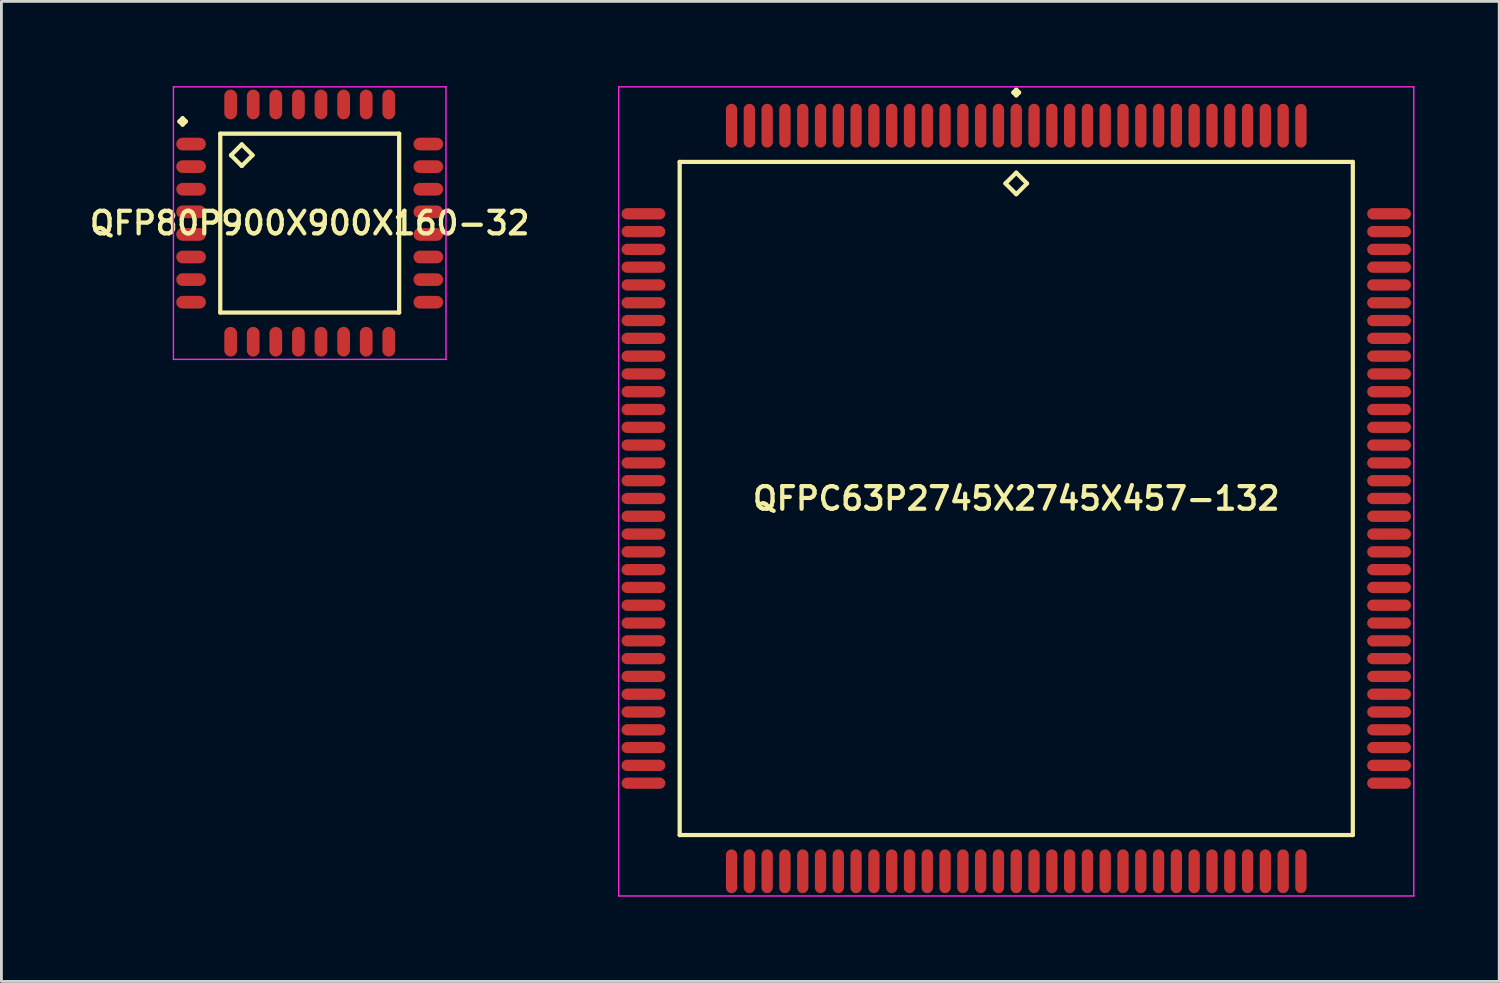
<source format=kicad_pcb>
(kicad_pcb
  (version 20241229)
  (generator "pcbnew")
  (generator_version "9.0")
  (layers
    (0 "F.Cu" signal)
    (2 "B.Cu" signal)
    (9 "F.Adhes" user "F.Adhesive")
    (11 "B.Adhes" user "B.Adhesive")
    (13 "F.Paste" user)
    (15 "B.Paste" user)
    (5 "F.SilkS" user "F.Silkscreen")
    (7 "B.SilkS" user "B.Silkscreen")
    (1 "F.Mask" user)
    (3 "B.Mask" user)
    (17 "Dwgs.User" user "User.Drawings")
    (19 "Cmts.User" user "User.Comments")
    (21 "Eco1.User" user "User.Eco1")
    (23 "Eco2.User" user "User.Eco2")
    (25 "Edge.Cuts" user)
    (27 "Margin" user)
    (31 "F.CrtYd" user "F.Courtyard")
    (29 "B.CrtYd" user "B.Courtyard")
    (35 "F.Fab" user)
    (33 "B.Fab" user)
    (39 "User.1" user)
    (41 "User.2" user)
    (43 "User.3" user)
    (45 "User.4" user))
  (footprint "QFP80P900X900X160-32"
    (layer "F.Cu")
    (at 7.916 4.85)
    (property "Reference" "QFP80P900X900X160-32" (at 0 0 0) (layer "F.SilkS") (effects (font (size 0.8 0.8) (thickness 0.15))))
    (attr smd)
    (fp_line (start -4.612 -3.6) (end -4.5 -3.712) (stroke (width 0.15) (type solid)) (layer "F.SilkS"))
    (fp_line (start -4.5 -3.712) (end -4.388 -3.6) (stroke (width 0.15) (type solid)) (layer "F.SilkS"))
    (fp_line (start -4.5 -3.487) (end -4.612 -3.6) (stroke (width 0.15) (type solid)) (layer "F.SilkS"))
    (fp_line (start -4.388 -3.6) (end -4.5 -3.487) (stroke (width 0.15) (type solid)) (layer "F.SilkS"))
    (fp_line (start -3.167 -3.167) (end -3.167 3.167) (stroke (width 0.15) (type solid)) (layer "F.SilkS"))
    (fp_line (start -3.167 3.167) (end 3.167 3.167) (stroke (width 0.15) (type solid)) (layer "F.SilkS"))
    (fp_line (start -2.786 -2.405) (end -2.405 -2.786) (stroke (width 0.15) (type solid)) (layer "F.SilkS"))
    (fp_line (start -2.405 -2.786) (end -2.024 -2.405) (stroke (width 0.15) (type solid)) (layer "F.SilkS"))
    (fp_line (start -2.405 -2.024) (end -2.786 -2.405) (stroke (width 0.15) (type solid)) (layer "F.SilkS"))
    (fp_line (start -2.024 -2.405) (end -2.405 -2.024) (stroke (width 0.15) (type solid)) (layer "F.SilkS"))
    (fp_line (start 3.167 -3.167) (end -3.167 -3.167) (stroke (width 0.15) (type solid)) (layer "F.SilkS"))
    (fp_line (start 3.167 3.167) (end 3.167 -3.167) (stroke (width 0.15) (type solid)) (layer "F.SilkS"))
    (fp_line (start -4.825 -4.825) (end 4.825 -4.825) (stroke (width 0.05) (type solid)) (layer "F.CrtYd"))
    (fp_line (start -4.825 4.825) (end -4.825 -4.825) (stroke (width 0.05) (type solid)) (layer "F.CrtYd"))
    (fp_line (start 4.825 -4.825) (end 4.825 4.825) (stroke (width 0.05) (type solid)) (layer "F.CrtYd"))
    (fp_line (start 4.825 4.825) (end -4.825 4.825) (stroke (width 0.05) (type solid)) (layer "F.CrtYd"))
    (pad "1" smd oval (at -4.2 -2.8) (size 1.05 0.45) (layers "F.Cu" "F.Mask" "F.Paste"))
    (pad "2" smd oval (at -4.2 -2) (size 1.05 0.45) (layers "F.Cu" "F.Mask" "F.Paste"))
    (pad "3" smd oval (at -4.2 -1.2) (size 1.05 0.45) (layers "F.Cu" "F.Mask" "F.Paste"))
    (pad "4" smd oval (at -4.2 -0.4) (size 1.05 0.45) (layers "F.Cu" "F.Mask" "F.Paste"))
    (pad "5" smd oval (at -4.2 0.4) (size 1.05 0.45) (layers "F.Cu" "F.Mask" "F.Paste"))
    (pad "6" smd oval (at -4.2 1.2) (size 1.05 0.45) (layers "F.Cu" "F.Mask" "F.Paste"))
    (pad "7" smd oval (at -4.2 2) (size 1.05 0.45) (layers "F.Cu" "F.Mask" "F.Paste"))
    (pad "8" smd oval (at -4.2 2.8) (size 1.05 0.45) (layers "F.Cu" "F.Mask" "F.Paste"))
    (pad "9" smd oval (at -2.8 4.2) (size 0.45 1.05) (layers "F.Cu" "F.Mask" "F.Paste"))
    (pad "10" smd oval (at -2 4.2) (size 0.45 1.05) (layers "F.Cu" "F.Mask" "F.Paste"))
    (pad "11" smd oval (at -1.2 4.2) (size 0.45 1.05) (layers "F.Cu" "F.Mask" "F.Paste"))
    (pad "12" smd oval (at -0.4 4.2) (size 0.45 1.05) (layers "F.Cu" "F.Mask" "F.Paste"))
    (pad "13" smd oval (at 0.4 4.2) (size 0.45 1.05) (layers "F.Cu" "F.Mask" "F.Paste"))
    (pad "14" smd oval (at 1.2 4.2) (size 0.45 1.05) (layers "F.Cu" "F.Mask" "F.Paste"))
    (pad "15" smd oval (at 2 4.2) (size 0.45 1.05) (layers "F.Cu" "F.Mask" "F.Paste"))
    (pad "16" smd oval (at 2.8 4.2) (size 0.45 1.05) (layers "F.Cu" "F.Mask" "F.Paste"))
    (pad "17" smd oval (at 4.2 2.8) (size 1.05 0.45) (layers "F.Cu" "F.Mask" "F.Paste"))
    (pad "18" smd oval (at 4.2 2) (size 1.05 0.45) (layers "F.Cu" "F.Mask" "F.Paste"))
    (pad "19" smd oval (at 4.2 1.2) (size 1.05 0.45) (layers "F.Cu" "F.Mask" "F.Paste"))
    (pad "20" smd oval (at 4.2 0.4) (size 1.05 0.45) (layers "F.Cu" "F.Mask" "F.Paste"))
    (pad "21" smd oval (at 4.2 -0.4) (size 1.05 0.45) (layers "F.Cu" "F.Mask" "F.Paste"))
    (pad "22" smd oval (at 4.2 -1.2) (size 1.05 0.45) (layers "F.Cu" "F.Mask" "F.Paste"))
    (pad "23" smd oval (at 4.2 -2) (size 1.05 0.45) (layers "F.Cu" "F.Mask" "F.Paste"))
    (pad "24" smd oval (at 4.2 -2.8) (size 1.05 0.45) (layers "F.Cu" "F.Mask" "F.Paste"))
    (pad "25" smd oval (at 2.8 -4.2) (size 0.45 1.05) (layers "F.Cu" "F.Mask" "F.Paste"))
    (pad "26" smd oval (at 2 -4.2) (size 0.45 1.05) (layers "F.Cu" "F.Mask" "F.Paste"))
    (pad "27" smd oval (at 1.2 -4.2) (size 0.45 1.05) (layers "F.Cu" "F.Mask" "F.Paste"))
    (pad "28" smd oval (at 0.4 -4.2) (size 0.45 1.05) (layers "F.Cu" "F.Mask" "F.Paste"))
    (pad "29" smd oval (at -0.4 -4.2) (size 0.45 1.05) (layers "F.Cu" "F.Mask" "F.Paste"))
    (pad "30" smd oval (at -1.2 -4.2) (size 0.45 1.05) (layers "F.Cu" "F.Mask" "F.Paste"))
    (pad "31" smd oval (at -2 -4.2) (size 0.45 1.05) (layers "F.Cu" "F.Mask" "F.Paste"))
    (pad "32" smd oval (at -2.8 -4.2) (size 0.45 1.05) (layers "F.Cu" "F.Mask" "F.Paste")))
  (footprint "QFPC63P2745X2745X457-132"
    (layer "F.Cu")
    (at 32.933 14.6)
    (property "Reference" "QFPC63P2745X2745X457-132" (at 0 0 0) (layer "F.SilkS") (effects (font (size 0.8 0.8) (thickness 0.15))))
    (attr smd)
    (fp_line (start -11.917 -11.917) (end -11.917 11.917) (stroke (width 0.15) (type solid)) (layer "F.SilkS"))
    (fp_line (start -11.917 11.917) (end 11.917 11.917) (stroke (width 0.15) (type solid)) (layer "F.SilkS"))
    (fp_line (start -0.381 -11.155) (end 0 -11.536) (stroke (width 0.15) (type solid)) (layer "F.SilkS"))
    (fp_line (start -0.1 -14.375) (end 0 -14.475) (stroke (width 0.15) (type solid)) (layer "F.SilkS"))
    (fp_line (start 0 -14.475) (end 0.1 -14.375) (stroke (width 0.15) (type solid)) (layer "F.SilkS"))
    (fp_line (start 0 -14.275) (end -0.1 -14.375) (stroke (width 0.15) (type solid)) (layer "F.SilkS"))
    (fp_line (start 0 -11.536) (end 0.381 -11.155) (stroke (width 0.15) (type solid)) (layer "F.SilkS"))
    (fp_line (start 0 -10.774) (end -0.381 -11.155) (stroke (width 0.15) (type solid)) (layer "F.SilkS"))
    (fp_line (start 0.1 -14.375) (end 0 -14.275) (stroke (width 0.15) (type solid)) (layer "F.SilkS"))
    (fp_line (start 0.381 -11.155) (end 0 -10.774) (stroke (width 0.15) (type solid)) (layer "F.SilkS"))
    (fp_line (start 11.917 -11.917) (end -11.917 -11.917) (stroke (width 0.15) (type solid)) (layer "F.SilkS"))
    (fp_line (start 11.917 11.917) (end 11.917 -11.917) (stroke (width 0.15) (type solid)) (layer "F.SilkS"))
    (fp_line (start -14.075 -14.575) (end 14.075 -14.575) (stroke (width 0.05) (type solid)) (layer "F.CrtYd"))
    (fp_line (start -14.075 14.075) (end -14.075 -14.575) (stroke (width 0.05) (type solid)) (layer "F.CrtYd"))
    (fp_line (start 14.075 -14.575) (end 14.075 14.075) (stroke (width 0.05) (type solid)) (layer "F.CrtYd"))
    (fp_line (start 14.075 14.075) (end -14.075 14.075) (stroke (width 0.05) (type solid)) (layer "F.CrtYd"))
    (pad "1" smd oval (at 0 -13.2) (size 0.4 1.55) (layers "F.Cu" "F.Mask" "F.Paste"))
    (pad "2" smd oval (at -0.63 -13.2) (size 0.4 1.55) (layers "F.Cu" "F.Mask" "F.Paste"))
    (pad "3" smd oval (at -1.26 -13.2) (size 0.4 1.55) (layers "F.Cu" "F.Mask" "F.Paste"))
    (pad "4" smd oval (at -1.89 -13.2) (size 0.4 1.55) (layers "F.Cu" "F.Mask" "F.Paste"))
    (pad "5" smd oval (at -2.52 -13.2) (size 0.4 1.55) (layers "F.Cu" "F.Mask" "F.Paste"))
    (pad "6" smd oval (at -3.15 -13.2) (size 0.4 1.55) (layers "F.Cu" "F.Mask" "F.Paste"))
    (pad "7" smd oval (at -3.78 -13.2) (size 0.4 1.55) (layers "F.Cu" "F.Mask" "F.Paste"))
    (pad "8" smd oval (at -4.41 -13.2) (size 0.4 1.55) (layers "F.Cu" "F.Mask" "F.Paste"))
    (pad "9" smd oval (at -5.04 -13.2) (size 0.4 1.55) (layers "F.Cu" "F.Mask" "F.Paste"))
    (pad "10" smd oval (at -5.67 -13.2) (size 0.4 1.55) (layers "F.Cu" "F.Mask" "F.Paste"))
    (pad "11" smd oval (at -6.3 -13.2) (size 0.4 1.55) (layers "F.Cu" "F.Mask" "F.Paste"))
    (pad "12" smd oval (at -6.93 -13.2) (size 0.4 1.55) (layers "F.Cu" "F.Mask" "F.Paste"))
    (pad "13" smd oval (at -7.56 -13.2) (size 0.4 1.55) (layers "F.Cu" "F.Mask" "F.Paste"))
    (pad "14" smd oval (at -8.19 -13.2) (size 0.4 1.55) (layers "F.Cu" "F.Mask" "F.Paste"))
    (pad "15" smd oval (at -8.82 -13.2) (size 0.4 1.55) (layers "F.Cu" "F.Mask" "F.Paste"))
    (pad "16" smd oval (at -9.45 -13.2) (size 0.4 1.55) (layers "F.Cu" "F.Mask" "F.Paste"))
    (pad "17" smd oval (at -10.08 -13.2) (size 0.4 1.55) (layers "F.Cu" "F.Mask" "F.Paste"))
    (pad "18" smd oval (at -13.2 -10.08) (size 1.55 0.4) (layers "F.Cu" "F.Mask" "F.Paste"))
    (pad "19" smd oval (at -13.2 -9.45) (size 1.55 0.4) (layers "F.Cu" "F.Mask" "F.Paste"))
    (pad "20" smd oval (at -13.2 -8.82) (size 1.55 0.4) (layers "F.Cu" "F.Mask" "F.Paste"))
    (pad "21" smd oval (at -13.2 -8.19) (size 1.55 0.4) (layers "F.Cu" "F.Mask" "F.Paste"))
    (pad "22" smd oval (at -13.2 -7.56) (size 1.55 0.4) (layers "F.Cu" "F.Mask" "F.Paste"))
    (pad "23" smd oval (at -13.2 -6.93) (size 1.55 0.4) (layers "F.Cu" "F.Mask" "F.Paste"))
    (pad "24" smd oval (at -13.2 -6.3) (size 1.55 0.4) (layers "F.Cu" "F.Mask" "F.Paste"))
    (pad "25" smd oval (at -13.2 -5.67) (size 1.55 0.4) (layers "F.Cu" "F.Mask" "F.Paste"))
    (pad "26" smd oval (at -13.2 -5.04) (size 1.55 0.4) (layers "F.Cu" "F.Mask" "F.Paste"))
    (pad "27" smd oval (at -13.2 -4.41) (size 1.55 0.4) (layers "F.Cu" "F.Mask" "F.Paste"))
    (pad "28" smd oval (at -13.2 -3.78) (size 1.55 0.4) (layers "F.Cu" "F.Mask" "F.Paste"))
    (pad "29" smd oval (at -13.2 -3.15) (size 1.55 0.4) (layers "F.Cu" "F.Mask" "F.Paste"))
    (pad "30" smd oval (at -13.2 -2.52) (size 1.55 0.4) (layers "F.Cu" "F.Mask" "F.Paste"))
    (pad "31" smd oval (at -13.2 -1.89) (size 1.55 0.4) (layers "F.Cu" "F.Mask" "F.Paste"))
    (pad "32" smd oval (at -13.2 -1.26) (size 1.55 0.4) (layers "F.Cu" "F.Mask" "F.Paste"))
    (pad "33" smd oval (at -13.2 -0.63) (size 1.55 0.4) (layers "F.Cu" "F.Mask" "F.Paste"))
    (pad "34" smd oval (at -13.2 0) (size 1.55 0.4) (layers "F.Cu" "F.Mask" "F.Paste"))
    (pad "35" smd oval (at -13.2 0.63) (size 1.55 0.4) (layers "F.Cu" "F.Mask" "F.Paste"))
    (pad "36" smd oval (at -13.2 1.26) (size 1.55 0.4) (layers "F.Cu" "F.Mask" "F.Paste"))
    (pad "37" smd oval (at -13.2 1.89) (size 1.55 0.4) (layers "F.Cu" "F.Mask" "F.Paste"))
    (pad "38" smd oval (at -13.2 2.52) (size 1.55 0.4) (layers "F.Cu" "F.Mask" "F.Paste"))
    (pad "39" smd oval (at -13.2 3.15) (size 1.55 0.4) (layers "F.Cu" "F.Mask" "F.Paste"))
    (pad "40" smd oval (at -13.2 3.78) (size 1.55 0.4) (layers "F.Cu" "F.Mask" "F.Paste"))
    (pad "41" smd oval (at -13.2 4.41) (size 1.55 0.4) (layers "F.Cu" "F.Mask" "F.Paste"))
    (pad "42" smd oval (at -13.2 5.04) (size 1.55 0.4) (layers "F.Cu" "F.Mask" "F.Paste"))
    (pad "43" smd oval (at -13.2 5.67) (size 1.55 0.4) (layers "F.Cu" "F.Mask" "F.Paste"))
    (pad "44" smd oval (at -13.2 6.3) (size 1.55 0.4) (layers "F.Cu" "F.Mask" "F.Paste"))
    (pad "45" smd oval (at -13.2 6.93) (size 1.55 0.4) (layers "F.Cu" "F.Mask" "F.Paste"))
    (pad "46" smd oval (at -13.2 7.56) (size 1.55 0.4) (layers "F.Cu" "F.Mask" "F.Paste"))
    (pad "47" smd oval (at -13.2 8.19) (size 1.55 0.4) (layers "F.Cu" "F.Mask" "F.Paste"))
    (pad "48" smd oval (at -13.2 8.82) (size 1.55 0.4) (layers "F.Cu" "F.Mask" "F.Paste"))
    (pad "49" smd oval (at -13.2 9.45) (size 1.55 0.4) (layers "F.Cu" "F.Mask" "F.Paste"))
    (pad "50" smd oval (at -13.2 10.08) (size 1.55 0.4) (layers "F.Cu" "F.Mask" "F.Paste"))
    (pad "51" smd oval (at -10.08 13.2) (size 0.4 1.55) (layers "F.Cu" "F.Mask" "F.Paste"))
    (pad "52" smd oval (at -9.45 13.2) (size 0.4 1.55) (layers "F.Cu" "F.Mask" "F.Paste"))
    (pad "53" smd oval (at -8.82 13.2) (size 0.4 1.55) (layers "F.Cu" "F.Mask" "F.Paste"))
    (pad "54" smd oval (at -8.19 13.2) (size 0.4 1.55) (layers "F.Cu" "F.Mask" "F.Paste"))
    (pad "55" smd oval (at -7.56 13.2) (size 0.4 1.55) (layers "F.Cu" "F.Mask" "F.Paste"))
    (pad "56" smd oval (at -6.93 13.2) (size 0.4 1.55) (layers "F.Cu" "F.Mask" "F.Paste"))
    (pad "57" smd oval (at -6.3 13.2) (size 0.4 1.55) (layers "F.Cu" "F.Mask" "F.Paste"))
    (pad "58" smd oval (at -5.67 13.2) (size 0.4 1.55) (layers "F.Cu" "F.Mask" "F.Paste"))
    (pad "59" smd oval (at -5.04 13.2) (size 0.4 1.55) (layers "F.Cu" "F.Mask" "F.Paste"))
    (pad "60" smd oval (at -4.41 13.2) (size 0.4 1.55) (layers "F.Cu" "F.Mask" "F.Paste"))
    (pad "61" smd oval (at -3.78 13.2) (size 0.4 1.55) (layers "F.Cu" "F.Mask" "F.Paste"))
    (pad "62" smd oval (at -3.15 13.2) (size 0.4 1.55) (layers "F.Cu" "F.Mask" "F.Paste"))
    (pad "63" smd oval (at -2.52 13.2) (size 0.4 1.55) (layers "F.Cu" "F.Mask" "F.Paste"))
    (pad "64" smd oval (at -1.89 13.2) (size 0.4 1.55) (layers "F.Cu" "F.Mask" "F.Paste"))
    (pad "65" smd oval (at -1.26 13.2) (size 0.4 1.55) (layers "F.Cu" "F.Mask" "F.Paste"))
    (pad "66" smd oval (at -0.63 13.2) (size 0.4 1.55) (layers "F.Cu" "F.Mask" "F.Paste"))
    (pad "67" smd oval (at 0 13.2) (size 0.4 1.55) (layers "F.Cu" "F.Mask" "F.Paste"))
    (pad "68" smd oval (at 0.63 13.2) (size 0.4 1.55) (layers "F.Cu" "F.Mask" "F.Paste"))
    (pad "69" smd oval (at 1.26 13.2) (size 0.4 1.55) (layers "F.Cu" "F.Mask" "F.Paste"))
    (pad "70" smd oval (at 1.89 13.2) (size 0.4 1.55) (layers "F.Cu" "F.Mask" "F.Paste"))
    (pad "71" smd oval (at 2.52 13.2) (size 0.4 1.55) (layers "F.Cu" "F.Mask" "F.Paste"))
    (pad "72" smd oval (at 3.15 13.2) (size 0.4 1.55) (layers "F.Cu" "F.Mask" "F.Paste"))
    (pad "73" smd oval (at 3.78 13.2) (size 0.4 1.55) (layers "F.Cu" "F.Mask" "F.Paste"))
    (pad "74" smd oval (at 4.41 13.2) (size 0.4 1.55) (layers "F.Cu" "F.Mask" "F.Paste"))
    (pad "75" smd oval (at 5.04 13.2) (size 0.4 1.55) (layers "F.Cu" "F.Mask" "F.Paste"))
    (pad "76" smd oval (at 5.67 13.2) (size 0.4 1.55) (layers "F.Cu" "F.Mask" "F.Paste"))
    (pad "77" smd oval (at 6.3 13.2) (size 0.4 1.55) (layers "F.Cu" "F.Mask" "F.Paste"))
    (pad "78" smd oval (at 6.93 13.2) (size 0.4 1.55) (layers "F.Cu" "F.Mask" "F.Paste"))
    (pad "79" smd oval (at 7.56 13.2) (size 0.4 1.55) (layers "F.Cu" "F.Mask" "F.Paste"))
    (pad "80" smd oval (at 8.19 13.2) (size 0.4 1.55) (layers "F.Cu" "F.Mask" "F.Paste"))
    (pad "81" smd oval (at 8.82 13.2) (size 0.4 1.55) (layers "F.Cu" "F.Mask" "F.Paste"))
    (pad "82" smd oval (at 9.45 13.2) (size 0.4 1.55) (layers "F.Cu" "F.Mask" "F.Paste"))
    (pad "83" smd oval (at 10.08 13.2) (size 0.4 1.55) (layers "F.Cu" "F.Mask" "F.Paste"))
    (pad "84" smd oval (at 13.2 10.08) (size 1.55 0.4) (layers "F.Cu" "F.Mask" "F.Paste"))
    (pad "85" smd oval (at 13.2 9.45) (size 1.55 0.4) (layers "F.Cu" "F.Mask" "F.Paste"))
    (pad "86" smd oval (at 13.2 8.82) (size 1.55 0.4) (layers "F.Cu" "F.Mask" "F.Paste"))
    (pad "87" smd oval (at 13.2 8.19) (size 1.55 0.4) (layers "F.Cu" "F.Mask" "F.Paste"))
    (pad "88" smd oval (at 13.2 7.56) (size 1.55 0.4) (layers "F.Cu" "F.Mask" "F.Paste"))
    (pad "89" smd oval (at 13.2 6.93) (size 1.55 0.4) (layers "F.Cu" "F.Mask" "F.Paste"))
    (pad "90" smd oval (at 13.2 6.3) (size 1.55 0.4) (layers "F.Cu" "F.Mask" "F.Paste"))
    (pad "91" smd oval (at 13.2 5.67) (size 1.55 0.4) (layers "F.Cu" "F.Mask" "F.Paste"))
    (pad "92" smd oval (at 13.2 5.04) (size 1.55 0.4) (layers "F.Cu" "F.Mask" "F.Paste"))
    (pad "93" smd oval (at 13.2 4.41) (size 1.55 0.4) (layers "F.Cu" "F.Mask" "F.Paste"))
    (pad "94" smd oval (at 13.2 3.78) (size 1.55 0.4) (layers "F.Cu" "F.Mask" "F.Paste"))
    (pad "95" smd oval (at 13.2 3.15) (size 1.55 0.4) (layers "F.Cu" "F.Mask" "F.Paste"))
    (pad "96" smd oval (at 13.2 2.52) (size 1.55 0.4) (layers "F.Cu" "F.Mask" "F.Paste"))
    (pad "97" smd oval (at 13.2 1.89) (size 1.55 0.4) (layers "F.Cu" "F.Mask" "F.Paste"))
    (pad "98" smd oval (at 13.2 1.26) (size 1.55 0.4) (layers "F.Cu" "F.Mask" "F.Paste"))
    (pad "99" smd oval (at 13.2 0.63) (size 1.55 0.4) (layers "F.Cu" "F.Mask" "F.Paste"))
    (pad "100" smd oval (at 13.2 0) (size 1.55 0.4) (layers "F.Cu" "F.Mask" "F.Paste"))
    (pad "101" smd oval (at 13.2 -0.63) (size 1.55 0.4) (layers "F.Cu" "F.Mask" "F.Paste"))
    (pad "102" smd oval (at 13.2 -1.26) (size 1.55 0.4) (layers "F.Cu" "F.Mask" "F.Paste"))
    (pad "103" smd oval (at 13.2 -1.89) (size 1.55 0.4) (layers "F.Cu" "F.Mask" "F.Paste"))
    (pad "104" smd oval (at 13.2 -2.52) (size 1.55 0.4) (layers "F.Cu" "F.Mask" "F.Paste"))
    (pad "105" smd oval (at 13.2 -3.15) (size 1.55 0.4) (layers "F.Cu" "F.Mask" "F.Paste"))
    (pad "106" smd oval (at 13.2 -3.78) (size 1.55 0.4) (layers "F.Cu" "F.Mask" "F.Paste"))
    (pad "107" smd oval (at 13.2 -4.41) (size 1.55 0.4) (layers "F.Cu" "F.Mask" "F.Paste"))
    (pad "108" smd oval (at 13.2 -5.04) (size 1.55 0.4) (layers "F.Cu" "F.Mask" "F.Paste"))
    (pad "109" smd oval (at 13.2 -5.67) (size 1.55 0.4) (layers "F.Cu" "F.Mask" "F.Paste"))
    (pad "110" smd oval (at 13.2 -6.3) (size 1.55 0.4) (layers "F.Cu" "F.Mask" "F.Paste"))
    (pad "111" smd oval (at 13.2 -6.93) (size 1.55 0.4) (layers "F.Cu" "F.Mask" "F.Paste"))
    (pad "112" smd oval (at 13.2 -7.56) (size 1.55 0.4) (layers "F.Cu" "F.Mask" "F.Paste"))
    (pad "113" smd oval (at 13.2 -8.19) (size 1.55 0.4) (layers "F.Cu" "F.Mask" "F.Paste"))
    (pad "114" smd oval (at 13.2 -8.82) (size 1.55 0.4) (layers "F.Cu" "F.Mask" "F.Paste"))
    (pad "115" smd oval (at 13.2 -9.45) (size 1.55 0.4) (layers "F.Cu" "F.Mask" "F.Paste"))
    (pad "116" smd oval (at 13.2 -10.08) (size 1.55 0.4) (layers "F.Cu" "F.Mask" "F.Paste"))
    (pad "117" smd oval (at 10.08 -13.2) (size 0.4 1.55) (layers "F.Cu" "F.Mask" "F.Paste"))
    (pad "118" smd oval (at 9.45 -13.2) (size 0.4 1.55) (layers "F.Cu" "F.Mask" "F.Paste"))
    (pad "119" smd oval (at 8.82 -13.2) (size 0.4 1.55) (layers "F.Cu" "F.Mask" "F.Paste"))
    (pad "120" smd oval (at 8.19 -13.2) (size 0.4 1.55) (layers "F.Cu" "F.Mask" "F.Paste"))
    (pad "121" smd oval (at 7.56 -13.2) (size 0.4 1.55) (layers "F.Cu" "F.Mask" "F.Paste"))
    (pad "122" smd oval (at 6.93 -13.2) (size 0.4 1.55) (layers "F.Cu" "F.Mask" "F.Paste"))
    (pad "123" smd oval (at 6.3 -13.2) (size 0.4 1.55) (layers "F.Cu" "F.Mask" "F.Paste"))
    (pad "124" smd oval (at 5.67 -13.2) (size 0.4 1.55) (layers "F.Cu" "F.Mask" "F.Paste"))
    (pad "125" smd oval (at 5.04 -13.2) (size 0.4 1.55) (layers "F.Cu" "F.Mask" "F.Paste"))
    (pad "126" smd oval (at 4.41 -13.2) (size 0.4 1.55) (layers "F.Cu" "F.Mask" "F.Paste"))
    (pad "127" smd oval (at 3.78 -13.2) (size 0.4 1.55) (layers "F.Cu" "F.Mask" "F.Paste"))
    (pad "128" smd oval (at 3.15 -13.2) (size 0.4 1.55) (layers "F.Cu" "F.Mask" "F.Paste"))
    (pad "129" smd oval (at 2.52 -13.2) (size 0.4 1.55) (layers "F.Cu" "F.Mask" "F.Paste"))
    (pad "130" smd oval (at 1.89 -13.2) (size 0.4 1.55) (layers "F.Cu" "F.Mask" "F.Paste"))
    (pad "131" smd oval (at 1.26 -13.2) (size 0.4 1.55) (layers "F.Cu" "F.Mask" "F.Paste"))
    (pad "132" smd oval (at 0.63 -13.2) (size 0.4 1.55) (layers "F.Cu" "F.Mask" "F.Paste")))
  (gr_rect
    (start -3 -3)
    (end 50.033 31.7)
    (stroke (width 0.1) (type default))
    (fill no)
    (layer "Edge.Cuts")))
</source>
